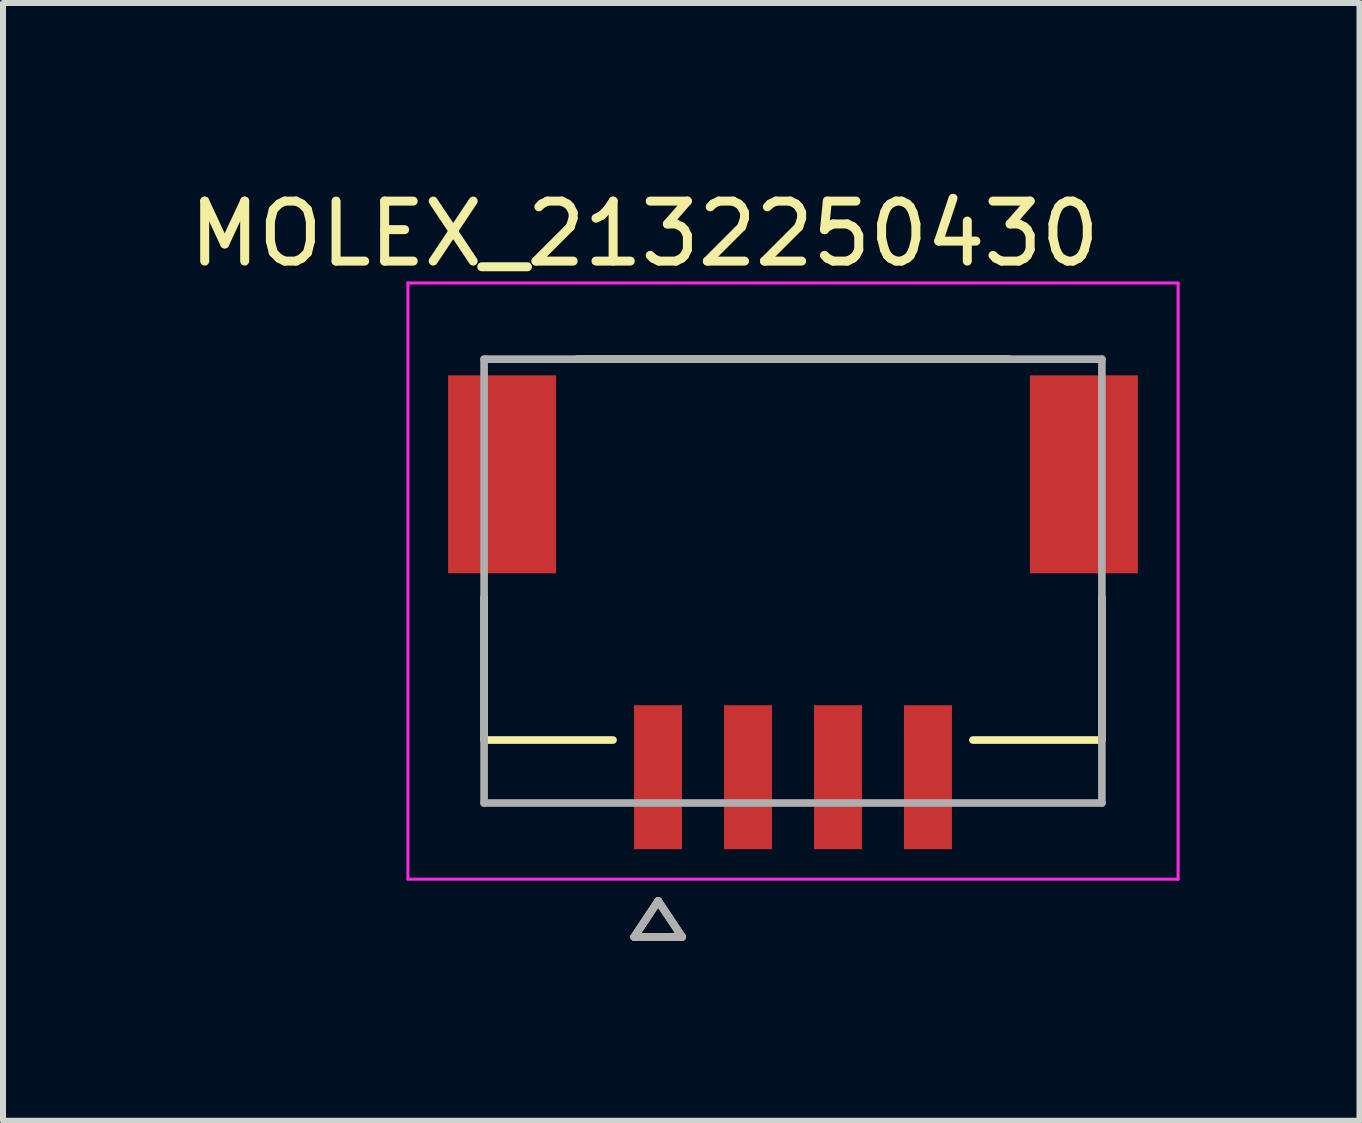
<source format=kicad_pcb>
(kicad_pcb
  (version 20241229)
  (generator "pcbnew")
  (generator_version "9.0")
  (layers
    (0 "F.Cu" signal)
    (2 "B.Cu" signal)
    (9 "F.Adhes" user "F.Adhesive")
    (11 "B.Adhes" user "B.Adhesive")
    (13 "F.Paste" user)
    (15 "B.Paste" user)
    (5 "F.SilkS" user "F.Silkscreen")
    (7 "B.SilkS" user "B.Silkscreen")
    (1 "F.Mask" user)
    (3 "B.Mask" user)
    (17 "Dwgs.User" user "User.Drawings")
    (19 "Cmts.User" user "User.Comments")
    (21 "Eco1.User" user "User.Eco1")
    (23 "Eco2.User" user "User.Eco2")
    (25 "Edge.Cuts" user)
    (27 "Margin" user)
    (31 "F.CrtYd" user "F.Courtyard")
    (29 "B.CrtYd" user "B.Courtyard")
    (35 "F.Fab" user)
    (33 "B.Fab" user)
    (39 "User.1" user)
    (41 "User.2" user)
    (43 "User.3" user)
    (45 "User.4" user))
  (footprint "MOLEX_2132250430"
    (layer "F.Cu")
    (at 10.171 6.638)
    (property "Reference" "MOLEX_2132250430" (at -2.475 -5.79 0) (layer "F.SilkS") (effects (font (size 1 1) (thickness 0.15))))
    (attr smd)
    (fp_poly (pts (xy -5.826 -3.506) (xy -3.874 -3.506) (xy -3.874 -0.054) (xy -5.826 -0.054)) (stroke (width 0.01) (type solid)) (fill yes) (layer "F.Mask"))
    (fp_poly (pts (xy -2.726 1.994) (xy -1.774 1.994) (xy -1.774 4.546) (xy -2.726 4.546)) (stroke (width 0.01) (type solid)) (fill yes) (layer "F.Mask"))
    (fp_poly (pts (xy -1.226 1.994) (xy -0.274 1.994) (xy -0.274 4.546) (xy -1.226 4.546)) (stroke (width 0.01) (type solid)) (fill yes) (layer "F.Mask"))
    (fp_poly (pts (xy 0.274 1.994) (xy 1.226 1.994) (xy 1.226 4.546) (xy 0.274 4.546)) (stroke (width 0.01) (type solid)) (fill yes) (layer "F.Mask"))
    (fp_poly (pts (xy 1.774 1.994) (xy 2.726 1.994) (xy 2.726 4.546) (xy 1.774 4.546)) (stroke (width 0.01) (type solid)) (fill yes) (layer "F.Mask"))
    (fp_poly (pts (xy 3.874 -3.506) (xy 5.826 -3.506) (xy 5.826 -0.054) (xy 3.874 -0.054)) (stroke (width 0.01) (type solid)) (fill yes) (layer "F.Mask"))
    (fp_line (start -5.15 0.27) (end -5.15 2.65) (stroke (width 0.127) (type solid)) (layer "F.SilkS"))
    (fp_line (start -5.15 2.65) (end -3 2.65) (stroke (width 0.127) (type solid)) (layer "F.SilkS"))
    (fp_line (start -2.648 5.933) (end -1.848 5.933) (stroke (width 0.127) (type solid)) (layer "F.SilkS"))
    (fp_line (start -2.248 5.333) (end -2.648 5.933) (stroke (width 0.127) (type solid)) (layer "F.SilkS"))
    (fp_line (start -1.848 5.933) (end -2.248 5.333) (stroke (width 0.127) (type solid)) (layer "F.SilkS"))
    (fp_line (start 3 2.65) (end 5.15 2.65) (stroke (width 0.127) (type solid)) (layer "F.SilkS"))
    (fp_line (start 3.6 -3.7) (end -3.6 -3.7) (stroke (width 0.127) (type solid)) (layer "F.SilkS"))
    (fp_line (start 5.15 0.27) (end 5.15 2.65) (stroke (width 0.127) (type solid)) (layer "F.SilkS"))
    (fp_line (start -6.42 -4.97) (end -6.42 4.97) (stroke (width 0.05) (type solid)) (layer "F.CrtYd"))
    (fp_line (start -6.42 4.97) (end 6.42 4.97) (stroke (width 0.05) (type solid)) (layer "F.CrtYd"))
    (fp_line (start 6.42 -4.97) (end -6.42 -4.97) (stroke (width 0.05) (type solid)) (layer "F.CrtYd"))
    (fp_line (start 6.42 4.97) (end 6.42 -4.97) (stroke (width 0.05) (type solid)) (layer "F.CrtYd"))
    (fp_line (start -5.15 -3.7) (end -5.15 3.7) (stroke (width 0.127) (type solid)) (layer "F.Fab"))
    (fp_line (start -5.15 3.7) (end 5.15 3.7) (stroke (width 0.127) (type solid)) (layer "F.Fab"))
    (fp_line (start -2.648 5.933) (end -1.848 5.933) (stroke (width 0.127) (type solid)) (layer "F.Fab"))
    (fp_line (start -2.248 5.333) (end -2.648 5.933) (stroke (width 0.127) (type solid)) (layer "F.Fab"))
    (fp_line (start -1.848 5.933) (end -2.248 5.333) (stroke (width 0.127) (type solid)) (layer "F.Fab"))
    (fp_line (start 5.15 -3.7) (end -5.15 -3.7) (stroke (width 0.127) (type solid)) (layer "F.Fab"))
    (fp_line (start 5.15 3.7) (end 5.15 -3.7) (stroke (width 0.127) (type solid)) (layer "F.Fab"))
    (pad "1" smd rect (at -2.25 3.27) (size 0.8 2.4) (layers "F.Cu" "F.Paste"))
    (pad "2" smd rect (at -0.75 3.27) (size 0.8 2.4) (layers "F.Cu" "F.Paste"))
    (pad "3" smd rect (at 0.75 3.27) (size 0.8 2.4) (layers "F.Cu" "F.Paste"))
    (pad "4" smd rect (at 2.25 3.27) (size 0.8 2.4) (layers "F.Cu" "F.Paste"))
    (pad "S1" smd rect (at -4.85 -1.78) (size 1.8 3.3) (layers "F.Cu" "F.Paste"))
    (pad "S2" smd rect (at 4.85 -1.78) (size 1.8 3.3) (layers "F.Cu" "F.Paste"))
    (zone (net_name "") (layer "F.Cu") (hatch full 0.508) (connect_pads) (min_thickness 0.01) (filled_areas_thickness no) (keepout (tracks not_allowed) (vias not_allowed) (pads not_allowed) (copperpour not_allowed) (footprints allowed)) (placement (enabled no)) (fill) (polygon (pts (xy 6.221 2.688) (xy 8.271 2.688) (xy 8.271 4.738) (xy 6.221 4.738))))
    (zone (net_name "") (layer "F.Cu") (hatch full 0.508) (connect_pads) (min_thickness 0.01) (filled_areas_thickness no) (keepout (tracks not_allowed) (vias not_allowed) (pads not_allowed) (copperpour not_allowed) (footprints allowed)) (placement (enabled no)) (fill) (polygon (pts (xy 9.261 2.688) (xy 11.081 2.688) (xy 11.081 5.248) (xy 9.261 5.248))))
    (zone (net_name "") (layer "F.Cu") (hatch full 0.508) (connect_pads) (min_thickness 0.01) (filled_areas_thickness no) (keepout (tracks not_allowed) (vias not_allowed) (pads not_allowed) (copperpour not_allowed) (footprints allowed)) (placement (enabled no)) (fill) (polygon (pts (xy 12.071 2.688) (xy 14.121 2.688) (xy 14.121 4.738) (xy 12.071 4.738))))
    (zone (net_name "") (layer "F.Cu") (hatch full 0.508) (connect_pads) (min_thickness 0.01) (filled_areas_thickness no) (keepout (tracks not_allowed) (vias not_allowed) (pads not_allowed) (copperpour not_allowed) (footprints allowed)) (placement (enabled no)) (fill) (polygon (pts (xy 4.621 7.558) (xy 15.721 7.558) (xy 15.721 10.158) (xy 12.831 10.158) (xy 12.831 8.698) (xy 12.011 8.698) (xy 12.011 10.158) (xy 11.331 10.158) (xy 11.331 8.698) (xy 10.511 8.698) (xy 10.511 10.158) (xy 9.831 10.158) (xy 9.831 8.698) (xy 9.011 8.698) (xy 9.011 10.158) (xy 8.331 10.158) (xy 8.331 8.698) (xy 7.511 8.698) (xy 7.511 10.158) (xy 4.621 10.158)))))
  (gr_rect
    (start -3 -3)
    (end 19.616 15.635)
    (stroke (width 0.1) (type default))
    (fill no)
    (layer "Edge.Cuts")))
</source>
